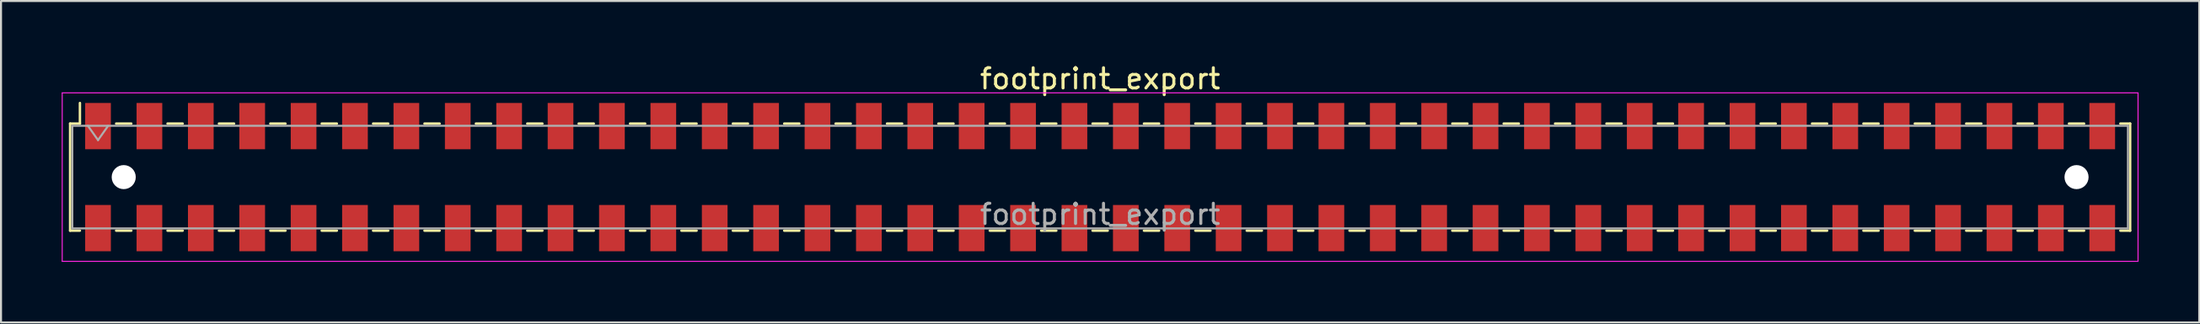
<source format=kicad_pcb>
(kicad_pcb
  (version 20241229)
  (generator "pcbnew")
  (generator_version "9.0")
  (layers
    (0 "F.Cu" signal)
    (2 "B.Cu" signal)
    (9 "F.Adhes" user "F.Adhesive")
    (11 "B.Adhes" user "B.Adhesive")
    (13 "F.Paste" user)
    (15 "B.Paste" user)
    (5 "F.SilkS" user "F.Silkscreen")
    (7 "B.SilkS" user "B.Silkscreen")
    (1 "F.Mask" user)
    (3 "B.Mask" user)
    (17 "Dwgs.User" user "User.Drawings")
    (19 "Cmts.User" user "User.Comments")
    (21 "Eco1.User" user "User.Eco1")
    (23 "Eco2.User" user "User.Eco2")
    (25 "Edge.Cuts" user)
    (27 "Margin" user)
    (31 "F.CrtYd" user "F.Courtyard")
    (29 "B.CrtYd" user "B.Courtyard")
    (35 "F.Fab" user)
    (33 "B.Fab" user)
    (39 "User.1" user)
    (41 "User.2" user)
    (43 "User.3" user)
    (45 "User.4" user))
  (footprint "footprint_export"
    (layer "F.Cu")
    (at 51.325 5.718)
    (property "Reference" "footprint_export" (at 0 -4.87 0) (layer "F.SilkS") (effects (font (size 1 1) (thickness 0.15))))
    (attr smd)
    (fp_line (start -50.91 -2.65) (end -50.91 2.65) (stroke (width 0.12) (type solid)) (layer "F.SilkS"))
    (fp_line (start -50.91 2.65) (end -50.425 2.65) (stroke (width 0.12) (type solid)) (layer "F.SilkS"))
    (fp_line (start -50.425 -3.67) (end -50.425 -2.65) (stroke (width 0.12) (type solid)) (layer "F.SilkS"))
    (fp_line (start -50.425 -2.65) (end -50.91 -2.65) (stroke (width 0.12) (type solid)) (layer "F.SilkS"))
    (fp_line (start -48.635 -2.65) (end -47.885 -2.65) (stroke (width 0.12) (type solid)) (layer "F.SilkS"))
    (fp_line (start -48.635 2.65) (end -47.885 2.65) (stroke (width 0.12) (type solid)) (layer "F.SilkS"))
    (fp_line (start -46.095 -2.65) (end -45.345 -2.65) (stroke (width 0.12) (type solid)) (layer "F.SilkS"))
    (fp_line (start -46.095 2.65) (end -45.345 2.65) (stroke (width 0.12) (type solid)) (layer "F.SilkS"))
    (fp_line (start -43.555 -2.65) (end -42.805 -2.65) (stroke (width 0.12) (type solid)) (layer "F.SilkS"))
    (fp_line (start -43.555 2.65) (end -42.805 2.65) (stroke (width 0.12) (type solid)) (layer "F.SilkS"))
    (fp_line (start -41.015 -2.65) (end -40.265 -2.65) (stroke (width 0.12) (type solid)) (layer "F.SilkS"))
    (fp_line (start -41.015 2.65) (end -40.265 2.65) (stroke (width 0.12) (type solid)) (layer "F.SilkS"))
    (fp_line (start -38.475 -2.65) (end -37.725 -2.65) (stroke (width 0.12) (type solid)) (layer "F.SilkS"))
    (fp_line (start -38.475 2.65) (end -37.725 2.65) (stroke (width 0.12) (type solid)) (layer "F.SilkS"))
    (fp_line (start -35.935 -2.65) (end -35.185 -2.65) (stroke (width 0.12) (type solid)) (layer "F.SilkS"))
    (fp_line (start -35.935 2.65) (end -35.185 2.65) (stroke (width 0.12) (type solid)) (layer "F.SilkS"))
    (fp_line (start -33.395 -2.65) (end -32.645 -2.65) (stroke (width 0.12) (type solid)) (layer "F.SilkS"))
    (fp_line (start -33.395 2.65) (end -32.645 2.65) (stroke (width 0.12) (type solid)) (layer "F.SilkS"))
    (fp_line (start -30.855 -2.65) (end -30.105 -2.65) (stroke (width 0.12) (type solid)) (layer "F.SilkS"))
    (fp_line (start -30.855 2.65) (end -30.105 2.65) (stroke (width 0.12) (type solid)) (layer "F.SilkS"))
    (fp_line (start -28.315 -2.65) (end -27.565 -2.65) (stroke (width 0.12) (type solid)) (layer "F.SilkS"))
    (fp_line (start -28.315 2.65) (end -27.565 2.65) (stroke (width 0.12) (type solid)) (layer "F.SilkS"))
    (fp_line (start -25.775 -2.65) (end -25.025 -2.65) (stroke (width 0.12) (type solid)) (layer "F.SilkS"))
    (fp_line (start -25.775 2.65) (end -25.025 2.65) (stroke (width 0.12) (type solid)) (layer "F.SilkS"))
    (fp_line (start -23.235 -2.65) (end -22.485 -2.65) (stroke (width 0.12) (type solid)) (layer "F.SilkS"))
    (fp_line (start -23.235 2.65) (end -22.485 2.65) (stroke (width 0.12) (type solid)) (layer "F.SilkS"))
    (fp_line (start -20.695 -2.65) (end -19.945 -2.65) (stroke (width 0.12) (type solid)) (layer "F.SilkS"))
    (fp_line (start -20.695 2.65) (end -19.945 2.65) (stroke (width 0.12) (type solid)) (layer "F.SilkS"))
    (fp_line (start -18.155 -2.65) (end -17.405 -2.65) (stroke (width 0.12) (type solid)) (layer "F.SilkS"))
    (fp_line (start -18.155 2.65) (end -17.405 2.65) (stroke (width 0.12) (type solid)) (layer "F.SilkS"))
    (fp_line (start -15.615 -2.65) (end -14.865 -2.65) (stroke (width 0.12) (type solid)) (layer "F.SilkS"))
    (fp_line (start -15.615 2.65) (end -14.865 2.65) (stroke (width 0.12) (type solid)) (layer "F.SilkS"))
    (fp_line (start -13.075 -2.65) (end -12.325 -2.65) (stroke (width 0.12) (type solid)) (layer "F.SilkS"))
    (fp_line (start -13.075 2.65) (end -12.325 2.65) (stroke (width 0.12) (type solid)) (layer "F.SilkS"))
    (fp_line (start -10.535 -2.65) (end -9.785 -2.65) (stroke (width 0.12) (type solid)) (layer "F.SilkS"))
    (fp_line (start -10.535 2.65) (end -9.785 2.65) (stroke (width 0.12) (type solid)) (layer "F.SilkS"))
    (fp_line (start -7.995 -2.65) (end -7.245 -2.65) (stroke (width 0.12) (type solid)) (layer "F.SilkS"))
    (fp_line (start -7.995 2.65) (end -7.245 2.65) (stroke (width 0.12) (type solid)) (layer "F.SilkS"))
    (fp_line (start -5.455 -2.65) (end -4.705 -2.65) (stroke (width 0.12) (type solid)) (layer "F.SilkS"))
    (fp_line (start -5.455 2.65) (end -4.705 2.65) (stroke (width 0.12) (type solid)) (layer "F.SilkS"))
    (fp_line (start -2.915 -2.65) (end -2.165 -2.65) (stroke (width 0.12) (type solid)) (layer "F.SilkS"))
    (fp_line (start -2.915 2.65) (end -2.165 2.65) (stroke (width 0.12) (type solid)) (layer "F.SilkS"))
    (fp_line (start -0.375 -2.65) (end 0.375 -2.65) (stroke (width 0.12) (type solid)) (layer "F.SilkS"))
    (fp_line (start -0.375 2.65) (end 0.375 2.65) (stroke (width 0.12) (type solid)) (layer "F.SilkS"))
    (fp_line (start 2.165 -2.65) (end 2.915 -2.65) (stroke (width 0.12) (type solid)) (layer "F.SilkS"))
    (fp_line (start 2.165 2.65) (end 2.915 2.65) (stroke (width 0.12) (type solid)) (layer "F.SilkS"))
    (fp_line (start 4.705 -2.65) (end 5.455 -2.65) (stroke (width 0.12) (type solid)) (layer "F.SilkS"))
    (fp_line (start 4.705 2.65) (end 5.455 2.65) (stroke (width 0.12) (type solid)) (layer "F.SilkS"))
    (fp_line (start 7.245 -2.65) (end 7.995 -2.65) (stroke (width 0.12) (type solid)) (layer "F.SilkS"))
    (fp_line (start 7.245 2.65) (end 7.995 2.65) (stroke (width 0.12) (type solid)) (layer "F.SilkS"))
    (fp_line (start 9.785 -2.65) (end 10.535 -2.65) (stroke (width 0.12) (type solid)) (layer "F.SilkS"))
    (fp_line (start 9.785 2.65) (end 10.535 2.65) (stroke (width 0.12) (type solid)) (layer "F.SilkS"))
    (fp_line (start 12.325 -2.65) (end 13.075 -2.65) (stroke (width 0.12) (type solid)) (layer "F.SilkS"))
    (fp_line (start 12.325 2.65) (end 13.075 2.65) (stroke (width 0.12) (type solid)) (layer "F.SilkS"))
    (fp_line (start 14.865 -2.65) (end 15.615 -2.65) (stroke (width 0.12) (type solid)) (layer "F.SilkS"))
    (fp_line (start 14.865 2.65) (end 15.615 2.65) (stroke (width 0.12) (type solid)) (layer "F.SilkS"))
    (fp_line (start 17.405 -2.65) (end 18.155 -2.65) (stroke (width 0.12) (type solid)) (layer "F.SilkS"))
    (fp_line (start 17.405 2.65) (end 18.155 2.65) (stroke (width 0.12) (type solid)) (layer "F.SilkS"))
    (fp_line (start 19.945 -2.65) (end 20.695 -2.65) (stroke (width 0.12) (type solid)) (layer "F.SilkS"))
    (fp_line (start 19.945 2.65) (end 20.695 2.65) (stroke (width 0.12) (type solid)) (layer "F.SilkS"))
    (fp_line (start 22.485 -2.65) (end 23.235 -2.65) (stroke (width 0.12) (type solid)) (layer "F.SilkS"))
    (fp_line (start 22.485 2.65) (end 23.235 2.65) (stroke (width 0.12) (type solid)) (layer "F.SilkS"))
    (fp_line (start 25.025 -2.65) (end 25.775 -2.65) (stroke (width 0.12) (type solid)) (layer "F.SilkS"))
    (fp_line (start 25.025 2.65) (end 25.775 2.65) (stroke (width 0.12) (type solid)) (layer "F.SilkS"))
    (fp_line (start 27.565 -2.65) (end 28.315 -2.65) (stroke (width 0.12) (type solid)) (layer "F.SilkS"))
    (fp_line (start 27.565 2.65) (end 28.315 2.65) (stroke (width 0.12) (type solid)) (layer "F.SilkS"))
    (fp_line (start 30.105 -2.65) (end 30.855 -2.65) (stroke (width 0.12) (type solid)) (layer "F.SilkS"))
    (fp_line (start 30.105 2.65) (end 30.855 2.65) (stroke (width 0.12) (type solid)) (layer "F.SilkS"))
    (fp_line (start 32.645 -2.65) (end 33.395 -2.65) (stroke (width 0.12) (type solid)) (layer "F.SilkS"))
    (fp_line (start 32.645 2.65) (end 33.395 2.65) (stroke (width 0.12) (type solid)) (layer "F.SilkS"))
    (fp_line (start 35.185 -2.65) (end 35.935 -2.65) (stroke (width 0.12) (type solid)) (layer "F.SilkS"))
    (fp_line (start 35.185 2.65) (end 35.935 2.65) (stroke (width 0.12) (type solid)) (layer "F.SilkS"))
    (fp_line (start 37.725 -2.65) (end 38.475 -2.65) (stroke (width 0.12) (type solid)) (layer "F.SilkS"))
    (fp_line (start 37.725 2.65) (end 38.475 2.65) (stroke (width 0.12) (type solid)) (layer "F.SilkS"))
    (fp_line (start 40.265 -2.65) (end 41.015 -2.65) (stroke (width 0.12) (type solid)) (layer "F.SilkS"))
    (fp_line (start 40.265 2.65) (end 41.015 2.65) (stroke (width 0.12) (type solid)) (layer "F.SilkS"))
    (fp_line (start 42.805 -2.65) (end 43.555 -2.65) (stroke (width 0.12) (type solid)) (layer "F.SilkS"))
    (fp_line (start 42.805 2.65) (end 43.555 2.65) (stroke (width 0.12) (type solid)) (layer "F.SilkS"))
    (fp_line (start 45.345 -2.65) (end 46.095 -2.65) (stroke (width 0.12) (type solid)) (layer "F.SilkS"))
    (fp_line (start 45.345 2.65) (end 46.095 2.65) (stroke (width 0.12) (type solid)) (layer "F.SilkS"))
    (fp_line (start 47.885 -2.65) (end 48.635 -2.65) (stroke (width 0.12) (type solid)) (layer "F.SilkS"))
    (fp_line (start 47.885 2.65) (end 48.635 2.65) (stroke (width 0.12) (type solid)) (layer "F.SilkS"))
    (fp_line (start 50.425 -2.65) (end 50.91 -2.65) (stroke (width 0.12) (type solid)) (layer "F.SilkS"))
    (fp_line (start 50.91 -2.65) (end 50.91 2.65) (stroke (width 0.12) (type solid)) (layer "F.SilkS"))
    (fp_line (start 50.91 2.65) (end 50.425 2.65) (stroke (width 0.12) (type solid)) (layer "F.SilkS"))
    (fp_line (start -51.3 -4.17) (end 51.3 -4.17) (stroke (width 0.05) (type solid)) (layer "F.CrtYd"))
    (fp_line (start -51.3 4.17) (end -51.3 -4.17) (stroke (width 0.05) (type solid)) (layer "F.CrtYd"))
    (fp_line (start 51.3 -4.17) (end 51.3 4.17) (stroke (width 0.05) (type solid)) (layer "F.CrtYd"))
    (fp_line (start 51.3 4.17) (end -51.3 4.17) (stroke (width 0.05) (type solid)) (layer "F.CrtYd"))
    (fp_line (start -50.8 -2.54) (end 50.8 -2.54) (stroke (width 0.1) (type solid)) (layer "F.Fab"))
    (fp_line (start -50.8 2.54) (end -50.8 -2.54) (stroke (width 0.1) (type solid)) (layer "F.Fab"))
    (fp_line (start -50.03 -2.54) (end -49.53 -1.833) (stroke (width 0.1) (type solid)) (layer "F.Fab"))
    (fp_line (start -49.53 -1.833) (end -49.03 -2.54) (stroke (width 0.1) (type solid)) (layer "F.Fab"))
    (fp_line (start 50.8 -2.54) (end 50.8 2.54) (stroke (width 0.1) (type solid)) (layer "F.Fab"))
    (fp_line (start 50.8 2.54) (end -50.8 2.54) (stroke (width 0.1) (type solid)) (layer "F.Fab"))
    (fp_text user "${REFERENCE}" (at 0 1.84 0) (layer "F.Fab") (effects (font (size 1 1) (thickness 0.15))))
    (pad "" np_thru_hole circle (at -48.26 0) (size 1.19 1.19) (drill 1.19) (layers "*.Cu" "*.Mask"))
    (pad "" np_thru_hole circle (at 48.26 0) (size 1.19 1.19) (drill 1.19) (layers "*.Cu" "*.Mask"))
    (pad "1" smd rect (at -49.53 -2.525) (size 1.27 2.29) (layers "F.Cu" "F.Mask" "F.Paste"))
    (pad "2" smd rect (at -49.53 2.525) (size 1.27 2.29) (layers "F.Cu" "F.Mask" "F.Paste"))
    (pad "3" smd rect (at -46.99 -2.525) (size 1.27 2.29) (layers "F.Cu" "F.Mask" "F.Paste"))
    (pad "4" smd rect (at -46.99 2.525) (size 1.27 2.29) (layers "F.Cu" "F.Mask" "F.Paste"))
    (pad "5" smd rect (at -44.45 -2.525) (size 1.27 2.29) (layers "F.Cu" "F.Mask" "F.Paste"))
    (pad "6" smd rect (at -44.45 2.525) (size 1.27 2.29) (layers "F.Cu" "F.Mask" "F.Paste"))
    (pad "7" smd rect (at -41.91 -2.525) (size 1.27 2.29) (layers "F.Cu" "F.Mask" "F.Paste"))
    (pad "8" smd rect (at -41.91 2.525) (size 1.27 2.29) (layers "F.Cu" "F.Mask" "F.Paste"))
    (pad "9" smd rect (at -39.37 -2.525) (size 1.27 2.29) (layers "F.Cu" "F.Mask" "F.Paste"))
    (pad "10" smd rect (at -39.37 2.525) (size 1.27 2.29) (layers "F.Cu" "F.Mask" "F.Paste"))
    (pad "11" smd rect (at -36.83 -2.525) (size 1.27 2.29) (layers "F.Cu" "F.Mask" "F.Paste"))
    (pad "12" smd rect (at -36.83 2.525) (size 1.27 2.29) (layers "F.Cu" "F.Mask" "F.Paste"))
    (pad "13" smd rect (at -34.29 -2.525) (size 1.27 2.29) (layers "F.Cu" "F.Mask" "F.Paste"))
    (pad "14" smd rect (at -34.29 2.525) (size 1.27 2.29) (layers "F.Cu" "F.Mask" "F.Paste"))
    (pad "15" smd rect (at -31.75 -2.525) (size 1.27 2.29) (layers "F.Cu" "F.Mask" "F.Paste"))
    (pad "16" smd rect (at -31.75 2.525) (size 1.27 2.29) (layers "F.Cu" "F.Mask" "F.Paste"))
    (pad "17" smd rect (at -29.21 -2.525) (size 1.27 2.29) (layers "F.Cu" "F.Mask" "F.Paste"))
    (pad "18" smd rect (at -29.21 2.525) (size 1.27 2.29) (layers "F.Cu" "F.Mask" "F.Paste"))
    (pad "19" smd rect (at -26.67 -2.525) (size 1.27 2.29) (layers "F.Cu" "F.Mask" "F.Paste"))
    (pad "20" smd rect (at -26.67 2.525) (size 1.27 2.29) (layers "F.Cu" "F.Mask" "F.Paste"))
    (pad "21" smd rect (at -24.13 -2.525) (size 1.27 2.29) (layers "F.Cu" "F.Mask" "F.Paste"))
    (pad "22" smd rect (at -24.13 2.525) (size 1.27 2.29) (layers "F.Cu" "F.Mask" "F.Paste"))
    (pad "23" smd rect (at -21.59 -2.525) (size 1.27 2.29) (layers "F.Cu" "F.Mask" "F.Paste"))
    (pad "24" smd rect (at -21.59 2.525) (size 1.27 2.29) (layers "F.Cu" "F.Mask" "F.Paste"))
    (pad "25" smd rect (at -19.05 -2.525) (size 1.27 2.29) (layers "F.Cu" "F.Mask" "F.Paste"))
    (pad "26" smd rect (at -19.05 2.525) (size 1.27 2.29) (layers "F.Cu" "F.Mask" "F.Paste"))
    (pad "27" smd rect (at -16.51 -2.525) (size 1.27 2.29) (layers "F.Cu" "F.Mask" "F.Paste"))
    (pad "28" smd rect (at -16.51 2.525) (size 1.27 2.29) (layers "F.Cu" "F.Mask" "F.Paste"))
    (pad "29" smd rect (at -13.97 -2.525) (size 1.27 2.29) (layers "F.Cu" "F.Mask" "F.Paste"))
    (pad "30" smd rect (at -13.97 2.525) (size 1.27 2.29) (layers "F.Cu" "F.Mask" "F.Paste"))
    (pad "31" smd rect (at -11.43 -2.525) (size 1.27 2.29) (layers "F.Cu" "F.Mask" "F.Paste"))
    (pad "32" smd rect (at -11.43 2.525) (size 1.27 2.29) (layers "F.Cu" "F.Mask" "F.Paste"))
    (pad "33" smd rect (at -8.89 -2.525) (size 1.27 2.29) (layers "F.Cu" "F.Mask" "F.Paste"))
    (pad "34" smd rect (at -8.89 2.525) (size 1.27 2.29) (layers "F.Cu" "F.Mask" "F.Paste"))
    (pad "35" smd rect (at -6.35 -2.525) (size 1.27 2.29) (layers "F.Cu" "F.Mask" "F.Paste"))
    (pad "36" smd rect (at -6.35 2.525) (size 1.27 2.29) (layers "F.Cu" "F.Mask" "F.Paste"))
    (pad "37" smd rect (at -3.81 -2.525) (size 1.27 2.29) (layers "F.Cu" "F.Mask" "F.Paste"))
    (pad "38" smd rect (at -3.81 2.525) (size 1.27 2.29) (layers "F.Cu" "F.Mask" "F.Paste"))
    (pad "39" smd rect (at -1.27 -2.525) (size 1.27 2.29) (layers "F.Cu" "F.Mask" "F.Paste"))
    (pad "40" smd rect (at -1.27 2.525) (size 1.27 2.29) (layers "F.Cu" "F.Mask" "F.Paste"))
    (pad "41" smd rect (at 1.27 -2.525) (size 1.27 2.29) (layers "F.Cu" "F.Mask" "F.Paste"))
    (pad "42" smd rect (at 1.27 2.525) (size 1.27 2.29) (layers "F.Cu" "F.Mask" "F.Paste"))
    (pad "43" smd rect (at 3.81 -2.525) (size 1.27 2.29) (layers "F.Cu" "F.Mask" "F.Paste"))
    (pad "44" smd rect (at 3.81 2.525) (size 1.27 2.29) (layers "F.Cu" "F.Mask" "F.Paste"))
    (pad "45" smd rect (at 6.35 -2.525) (size 1.27 2.29) (layers "F.Cu" "F.Mask" "F.Paste"))
    (pad "46" smd rect (at 6.35 2.525) (size 1.27 2.29) (layers "F.Cu" "F.Mask" "F.Paste"))
    (pad "47" smd rect (at 8.89 -2.525) (size 1.27 2.29) (layers "F.Cu" "F.Mask" "F.Paste"))
    (pad "48" smd rect (at 8.89 2.525) (size 1.27 2.29) (layers "F.Cu" "F.Mask" "F.Paste"))
    (pad "49" smd rect (at 11.43 -2.525) (size 1.27 2.29) (layers "F.Cu" "F.Mask" "F.Paste"))
    (pad "50" smd rect (at 11.43 2.525) (size 1.27 2.29) (layers "F.Cu" "F.Mask" "F.Paste"))
    (pad "51" smd rect (at 13.97 -2.525) (size 1.27 2.29) (layers "F.Cu" "F.Mask" "F.Paste"))
    (pad "52" smd rect (at 13.97 2.525) (size 1.27 2.29) (layers "F.Cu" "F.Mask" "F.Paste"))
    (pad "53" smd rect (at 16.51 -2.525) (size 1.27 2.29) (layers "F.Cu" "F.Mask" "F.Paste"))
    (pad "54" smd rect (at 16.51 2.525) (size 1.27 2.29) (layers "F.Cu" "F.Mask" "F.Paste"))
    (pad "55" smd rect (at 19.05 -2.525) (size 1.27 2.29) (layers "F.Cu" "F.Mask" "F.Paste"))
    (pad "56" smd rect (at 19.05 2.525) (size 1.27 2.29) (layers "F.Cu" "F.Mask" "F.Paste"))
    (pad "57" smd rect (at 21.59 -2.525) (size 1.27 2.29) (layers "F.Cu" "F.Mask" "F.Paste"))
    (pad "58" smd rect (at 21.59 2.525) (size 1.27 2.29) (layers "F.Cu" "F.Mask" "F.Paste"))
    (pad "59" smd rect (at 24.13 -2.525) (size 1.27 2.29) (layers "F.Cu" "F.Mask" "F.Paste"))
    (pad "60" smd rect (at 24.13 2.525) (size 1.27 2.29) (layers "F.Cu" "F.Mask" "F.Paste"))
    (pad "61" smd rect (at 26.67 -2.525) (size 1.27 2.29) (layers "F.Cu" "F.Mask" "F.Paste"))
    (pad "62" smd rect (at 26.67 2.525) (size 1.27 2.29) (layers "F.Cu" "F.Mask" "F.Paste"))
    (pad "63" smd rect (at 29.21 -2.525) (size 1.27 2.29) (layers "F.Cu" "F.Mask" "F.Paste"))
    (pad "64" smd rect (at 29.21 2.525) (size 1.27 2.29) (layers "F.Cu" "F.Mask" "F.Paste"))
    (pad "65" smd rect (at 31.75 -2.525) (size 1.27 2.29) (layers "F.Cu" "F.Mask" "F.Paste"))
    (pad "66" smd rect (at 31.75 2.525) (size 1.27 2.29) (layers "F.Cu" "F.Mask" "F.Paste"))
    (pad "67" smd rect (at 34.29 -2.525) (size 1.27 2.29) (layers "F.Cu" "F.Mask" "F.Paste"))
    (pad "68" smd rect (at 34.29 2.525) (size 1.27 2.29) (layers "F.Cu" "F.Mask" "F.Paste"))
    (pad "69" smd rect (at 36.83 -2.525) (size 1.27 2.29) (layers "F.Cu" "F.Mask" "F.Paste"))
    (pad "70" smd rect (at 36.83 2.525) (size 1.27 2.29) (layers "F.Cu" "F.Mask" "F.Paste"))
    (pad "71" smd rect (at 39.37 -2.525) (size 1.27 2.29) (layers "F.Cu" "F.Mask" "F.Paste"))
    (pad "72" smd rect (at 39.37 2.525) (size 1.27 2.29) (layers "F.Cu" "F.Mask" "F.Paste"))
    (pad "73" smd rect (at 41.91 -2.525) (size 1.27 2.29) (layers "F.Cu" "F.Mask" "F.Paste"))
    (pad "74" smd rect (at 41.91 2.525) (size 1.27 2.29) (layers "F.Cu" "F.Mask" "F.Paste"))
    (pad "75" smd rect (at 44.45 -2.525) (size 1.27 2.29) (layers "F.Cu" "F.Mask" "F.Paste"))
    (pad "76" smd rect (at 44.45 2.525) (size 1.27 2.29) (layers "F.Cu" "F.Mask" "F.Paste"))
    (pad "77" smd rect (at 46.99 -2.525) (size 1.27 2.29) (layers "F.Cu" "F.Mask" "F.Paste"))
    (pad "78" smd rect (at 46.99 2.525) (size 1.27 2.29) (layers "F.Cu" "F.Mask" "F.Paste"))
    (pad "79" smd rect (at 49.53 -2.525) (size 1.27 2.29) (layers "F.Cu" "F.Mask" "F.Paste"))
    (pad "80" smd rect (at 49.53 2.525) (size 1.27 2.29) (layers "F.Cu" "F.Mask" "F.Paste")))
  (gr_rect
    (start -3 -3)
    (end 105.65 12.913)
    (stroke (width 0.1) (type default))
    (fill no)
    (layer "Edge.Cuts")))
</source>
